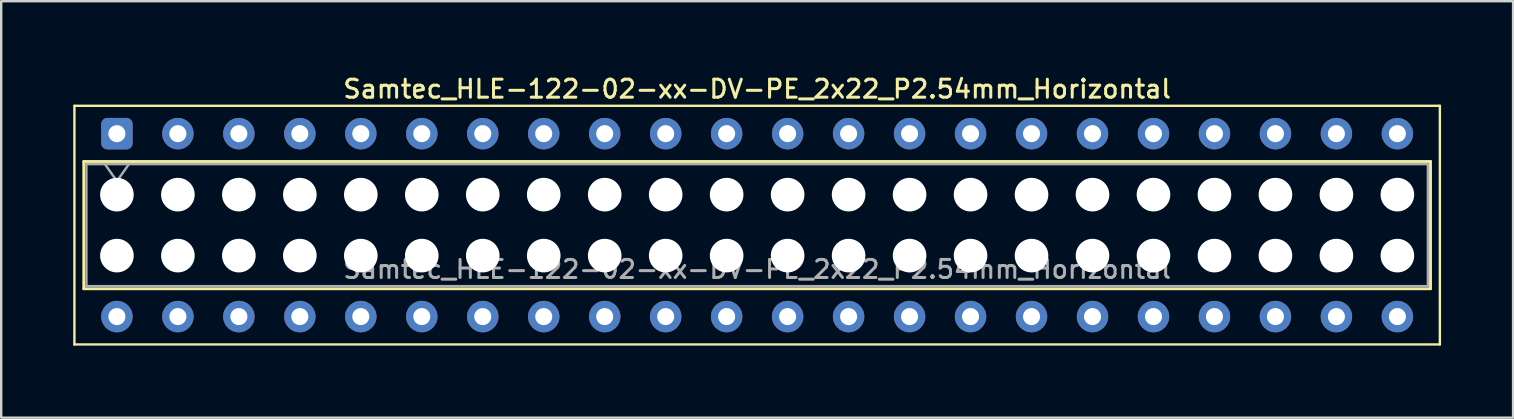
<source format=kicad_pcb>
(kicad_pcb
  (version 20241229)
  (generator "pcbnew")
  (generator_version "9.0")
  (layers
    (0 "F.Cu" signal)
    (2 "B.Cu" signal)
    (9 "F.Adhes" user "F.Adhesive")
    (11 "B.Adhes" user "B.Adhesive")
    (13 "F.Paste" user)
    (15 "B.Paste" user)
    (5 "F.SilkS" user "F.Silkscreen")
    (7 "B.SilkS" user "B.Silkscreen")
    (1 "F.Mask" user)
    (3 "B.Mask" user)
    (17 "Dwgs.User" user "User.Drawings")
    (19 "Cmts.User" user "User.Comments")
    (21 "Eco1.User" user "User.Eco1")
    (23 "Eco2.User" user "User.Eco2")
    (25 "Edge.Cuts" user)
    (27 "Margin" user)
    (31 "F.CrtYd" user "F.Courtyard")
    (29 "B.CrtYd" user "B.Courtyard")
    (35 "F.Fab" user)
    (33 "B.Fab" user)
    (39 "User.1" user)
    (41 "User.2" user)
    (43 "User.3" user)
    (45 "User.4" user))
  (footprint "Samtec_HLE-122-02-xx-DV-PE_2x22_P2.54mm_Horizontal"
    (layer "F.Cu")
    (at 1.82 2.518)
    (property "Reference" "Samtec_HLE-122-02-xx-DV-PE_2x22_P2.54mm_Horizontal" (at 26.67 -1.86 0) (layer "F.SilkS") (effects (font (size 0.75 0.75) (thickness 0.125))))
    (attr through_hole)
    (fp_line (start -1.77 -1.16) (end 55.11 -1.16) (stroke (width 0.1) (type solid)) (layer "F.SilkS"))
    (fp_line (start -1.77 8.78) (end -1.77 -1.16) (stroke (width 0.1) (type solid)) (layer "F.SilkS"))
    (fp_line (start -1.38 1.16) (end 54.72 1.16) (stroke (width 0.12) (type solid)) (layer "F.SilkS"))
    (fp_line (start -1.38 6.46) (end -1.38 1.16) (stroke (width 0.12) (type solid)) (layer "F.SilkS"))
    (fp_line (start 54.72 1.16) (end 54.72 6.46) (stroke (width 0.12) (type solid)) (layer "F.SilkS"))
    (fp_line (start 54.72 6.46) (end -1.38 6.46) (stroke (width 0.12) (type solid)) (layer "F.SilkS"))
    (fp_line (start 55.11 -1.16) (end 55.11 8.78) (stroke (width 0.1) (type solid)) (layer "F.SilkS"))
    (fp_line (start 55.11 8.78) (end -1.77 8.78) (stroke (width 0.1) (type solid)) (layer "F.SilkS"))
    (fp_line (start -1.27 1.27) (end 54.61 1.27) (stroke (width 0.1) (type solid)) (layer "F.Fab"))
    (fp_line (start -1.27 6.35) (end -1.27 1.27) (stroke (width 0.1) (type solid)) (layer "F.Fab"))
    (fp_line (start -0.5 1.27) (end 0 1.977) (stroke (width 0.1) (type solid)) (layer "F.Fab"))
    (fp_line (start 0 1.977) (end 0.5 1.27) (stroke (width 0.1) (type solid)) (layer "F.Fab"))
    (fp_line (start 54.61 1.27) (end 54.61 6.35) (stroke (width 0.1) (type solid)) (layer "F.Fab"))
    (fp_line (start 54.61 6.35) (end -1.27 6.35) (stroke (width 0.1) (type solid)) (layer "F.Fab"))
    (fp_text user "${REFERENCE}" (at 26.67 5.65 0) (layer "F.Fab") (effects (font (size 0.75 0.75) (thickness 0.125))))
    (pad "" np_thru_hole circle (at 0 2.54) (size 1.4 1.4) (drill 1.4) (layers "*.Cu" "*.Mask"))
    (pad "" np_thru_hole circle (at 0 5.08) (size 1.4 1.4) (drill 1.4) (layers "*.Cu" "*.Mask"))
    (pad "" np_thru_hole circle (at 2.54 2.54) (size 1.4 1.4) (drill 1.4) (layers "*.Cu" "*.Mask"))
    (pad "" np_thru_hole circle (at 2.54 5.08) (size 1.4 1.4) (drill 1.4) (layers "*.Cu" "*.Mask"))
    (pad "" np_thru_hole circle (at 5.08 2.54) (size 1.4 1.4) (drill 1.4) (layers "*.Cu" "*.Mask"))
    (pad "" np_thru_hole circle (at 5.08 5.08) (size 1.4 1.4) (drill 1.4) (layers "*.Cu" "*.Mask"))
    (pad "" np_thru_hole circle (at 7.62 2.54) (size 1.4 1.4) (drill 1.4) (layers "*.Cu" "*.Mask"))
    (pad "" np_thru_hole circle (at 7.62 5.08) (size 1.4 1.4) (drill 1.4) (layers "*.Cu" "*.Mask"))
    (pad "" np_thru_hole circle (at 10.16 2.54) (size 1.4 1.4) (drill 1.4) (layers "*.Cu" "*.Mask"))
    (pad "" np_thru_hole circle (at 10.16 5.08) (size 1.4 1.4) (drill 1.4) (layers "*.Cu" "*.Mask"))
    (pad "" np_thru_hole circle (at 12.7 2.54) (size 1.4 1.4) (drill 1.4) (layers "*.Cu" "*.Mask"))
    (pad "" np_thru_hole circle (at 12.7 5.08) (size 1.4 1.4) (drill 1.4) (layers "*.Cu" "*.Mask"))
    (pad "" np_thru_hole circle (at 15.24 2.54) (size 1.4 1.4) (drill 1.4) (layers "*.Cu" "*.Mask"))
    (pad "" np_thru_hole circle (at 15.24 5.08) (size 1.4 1.4) (drill 1.4) (layers "*.Cu" "*.Mask"))
    (pad "" np_thru_hole circle (at 17.78 2.54) (size 1.4 1.4) (drill 1.4) (layers "*.Cu" "*.Mask"))
    (pad "" np_thru_hole circle (at 17.78 5.08) (size 1.4 1.4) (drill 1.4) (layers "*.Cu" "*.Mask"))
    (pad "" np_thru_hole circle (at 20.32 2.54) (size 1.4 1.4) (drill 1.4) (layers "*.Cu" "*.Mask"))
    (pad "" np_thru_hole circle (at 20.32 5.08) (size 1.4 1.4) (drill 1.4) (layers "*.Cu" "*.Mask"))
    (pad "" np_thru_hole circle (at 22.86 2.54) (size 1.4 1.4) (drill 1.4) (layers "*.Cu" "*.Mask"))
    (pad "" np_thru_hole circle (at 22.86 5.08) (size 1.4 1.4) (drill 1.4) (layers "*.Cu" "*.Mask"))
    (pad "" np_thru_hole circle (at 25.4 2.54) (size 1.4 1.4) (drill 1.4) (layers "*.Cu" "*.Mask"))
    (pad "" np_thru_hole circle (at 25.4 5.08) (size 1.4 1.4) (drill 1.4) (layers "*.Cu" "*.Mask"))
    (pad "" np_thru_hole circle (at 27.94 2.54) (size 1.4 1.4) (drill 1.4) (layers "*.Cu" "*.Mask"))
    (pad "" np_thru_hole circle (at 27.94 5.08) (size 1.4 1.4) (drill 1.4) (layers "*.Cu" "*.Mask"))
    (pad "" np_thru_hole circle (at 30.48 2.54) (size 1.4 1.4) (drill 1.4) (layers "*.Cu" "*.Mask"))
    (pad "" np_thru_hole circle (at 30.48 5.08) (size 1.4 1.4) (drill 1.4) (layers "*.Cu" "*.Mask"))
    (pad "" np_thru_hole circle (at 33.02 2.54) (size 1.4 1.4) (drill 1.4) (layers "*.Cu" "*.Mask"))
    (pad "" np_thru_hole circle (at 33.02 5.08) (size 1.4 1.4) (drill 1.4) (layers "*.Cu" "*.Mask"))
    (pad "" np_thru_hole circle (at 35.56 2.54) (size 1.4 1.4) (drill 1.4) (layers "*.Cu" "*.Mask"))
    (pad "" np_thru_hole circle (at 35.56 5.08) (size 1.4 1.4) (drill 1.4) (layers "*.Cu" "*.Mask"))
    (pad "" np_thru_hole circle (at 38.1 2.54) (size 1.4 1.4) (drill 1.4) (layers "*.Cu" "*.Mask"))
    (pad "" np_thru_hole circle (at 38.1 5.08) (size 1.4 1.4) (drill 1.4) (layers "*.Cu" "*.Mask"))
    (pad "" np_thru_hole circle (at 40.64 2.54) (size 1.4 1.4) (drill 1.4) (layers "*.Cu" "*.Mask"))
    (pad "" np_thru_hole circle (at 40.64 5.08) (size 1.4 1.4) (drill 1.4) (layers "*.Cu" "*.Mask"))
    (pad "" np_thru_hole circle (at 43.18 2.54) (size 1.4 1.4) (drill 1.4) (layers "*.Cu" "*.Mask"))
    (pad "" np_thru_hole circle (at 43.18 5.08) (size 1.4 1.4) (drill 1.4) (layers "*.Cu" "*.Mask"))
    (pad "" np_thru_hole circle (at 45.72 2.54) (size 1.4 1.4) (drill 1.4) (layers "*.Cu" "*.Mask"))
    (pad "" np_thru_hole circle (at 45.72 5.08) (size 1.4 1.4) (drill 1.4) (layers "*.Cu" "*.Mask"))
    (pad "" np_thru_hole circle (at 48.26 2.54) (size 1.4 1.4) (drill 1.4) (layers "*.Cu" "*.Mask"))
    (pad "" np_thru_hole circle (at 48.26 5.08) (size 1.4 1.4) (drill 1.4) (layers "*.Cu" "*.Mask"))
    (pad "" np_thru_hole circle (at 50.8 2.54) (size 1.4 1.4) (drill 1.4) (layers "*.Cu" "*.Mask"))
    (pad "" np_thru_hole circle (at 50.8 5.08) (size 1.4 1.4) (drill 1.4) (layers "*.Cu" "*.Mask"))
    (pad "" np_thru_hole circle (at 53.34 2.54) (size 1.4 1.4) (drill 1.4) (layers "*.Cu" "*.Mask"))
    (pad "" np_thru_hole circle (at 53.34 5.08) (size 1.4 1.4) (drill 1.4) (layers "*.Cu" "*.Mask"))
    (pad "1" thru_hole roundrect (at 0 0) (size 1.31 1.31) (drill 0.71) (layers "*.Cu" "*.Mask") (roundrect_rratio 0.191))
    (pad "2" thru_hole circle (at 0 7.62) (size 1.31 1.31) (drill 0.71) (layers "*.Cu" "*.Mask"))
    (pad "3" thru_hole circle (at 2.54 0) (size 1.31 1.31) (drill 0.71) (layers "*.Cu" "*.Mask"))
    (pad "4" thru_hole circle (at 2.54 7.62) (size 1.31 1.31) (drill 0.71) (layers "*.Cu" "*.Mask"))
    (pad "5" thru_hole circle (at 5.08 0) (size 1.31 1.31) (drill 0.71) (layers "*.Cu" "*.Mask"))
    (pad "6" thru_hole circle (at 5.08 7.62) (size 1.31 1.31) (drill 0.71) (layers "*.Cu" "*.Mask"))
    (pad "7" thru_hole circle (at 7.62 0) (size 1.31 1.31) (drill 0.71) (layers "*.Cu" "*.Mask"))
    (pad "8" thru_hole circle (at 7.62 7.62) (size 1.31 1.31) (drill 0.71) (layers "*.Cu" "*.Mask"))
    (pad "9" thru_hole circle (at 10.16 0) (size 1.31 1.31) (drill 0.71) (layers "*.Cu" "*.Mask"))
    (pad "10" thru_hole circle (at 10.16 7.62) (size 1.31 1.31) (drill 0.71) (layers "*.Cu" "*.Mask"))
    (pad "11" thru_hole circle (at 12.7 0) (size 1.31 1.31) (drill 0.71) (layers "*.Cu" "*.Mask"))
    (pad "12" thru_hole circle (at 12.7 7.62) (size 1.31 1.31) (drill 0.71) (layers "*.Cu" "*.Mask"))
    (pad "13" thru_hole circle (at 15.24 0) (size 1.31 1.31) (drill 0.71) (layers "*.Cu" "*.Mask"))
    (pad "14" thru_hole circle (at 15.24 7.62) (size 1.31 1.31) (drill 0.71) (layers "*.Cu" "*.Mask"))
    (pad "15" thru_hole circle (at 17.78 0) (size 1.31 1.31) (drill 0.71) (layers "*.Cu" "*.Mask"))
    (pad "16" thru_hole circle (at 17.78 7.62) (size 1.31 1.31) (drill 0.71) (layers "*.Cu" "*.Mask"))
    (pad "17" thru_hole circle (at 20.32 0) (size 1.31 1.31) (drill 0.71) (layers "*.Cu" "*.Mask"))
    (pad "18" thru_hole circle (at 20.32 7.62) (size 1.31 1.31) (drill 0.71) (layers "*.Cu" "*.Mask"))
    (pad "19" thru_hole circle (at 22.86 0) (size 1.31 1.31) (drill 0.71) (layers "*.Cu" "*.Mask"))
    (pad "20" thru_hole circle (at 22.86 7.62) (size 1.31 1.31) (drill 0.71) (layers "*.Cu" "*.Mask"))
    (pad "21" thru_hole circle (at 25.4 0) (size 1.31 1.31) (drill 0.71) (layers "*.Cu" "*.Mask"))
    (pad "22" thru_hole circle (at 25.4 7.62) (size 1.31 1.31) (drill 0.71) (layers "*.Cu" "*.Mask"))
    (pad "23" thru_hole circle (at 27.94 0) (size 1.31 1.31) (drill 0.71) (layers "*.Cu" "*.Mask"))
    (pad "24" thru_hole circle (at 27.94 7.62) (size 1.31 1.31) (drill 0.71) (layers "*.Cu" "*.Mask"))
    (pad "25" thru_hole circle (at 30.48 0) (size 1.31 1.31) (drill 0.71) (layers "*.Cu" "*.Mask"))
    (pad "26" thru_hole circle (at 30.48 7.62) (size 1.31 1.31) (drill 0.71) (layers "*.Cu" "*.Mask"))
    (pad "27" thru_hole circle (at 33.02 0) (size 1.31 1.31) (drill 0.71) (layers "*.Cu" "*.Mask"))
    (pad "28" thru_hole circle (at 33.02 7.62) (size 1.31 1.31) (drill 0.71) (layers "*.Cu" "*.Mask"))
    (pad "29" thru_hole circle (at 35.56 0) (size 1.31 1.31) (drill 0.71) (layers "*.Cu" "*.Mask"))
    (pad "30" thru_hole circle (at 35.56 7.62) (size 1.31 1.31) (drill 0.71) (layers "*.Cu" "*.Mask"))
    (pad "31" thru_hole circle (at 38.1 0) (size 1.31 1.31) (drill 0.71) (layers "*.Cu" "*.Mask"))
    (pad "32" thru_hole circle (at 38.1 7.62) (size 1.31 1.31) (drill 0.71) (layers "*.Cu" "*.Mask"))
    (pad "33" thru_hole circle (at 40.64 0) (size 1.31 1.31) (drill 0.71) (layers "*.Cu" "*.Mask"))
    (pad "34" thru_hole circle (at 40.64 7.62) (size 1.31 1.31) (drill 0.71) (layers "*.Cu" "*.Mask"))
    (pad "35" thru_hole circle (at 43.18 0) (size 1.31 1.31) (drill 0.71) (layers "*.Cu" "*.Mask"))
    (pad "36" thru_hole circle (at 43.18 7.62) (size 1.31 1.31) (drill 0.71) (layers "*.Cu" "*.Mask"))
    (pad "37" thru_hole circle (at 45.72 0) (size 1.31 1.31) (drill 0.71) (layers "*.Cu" "*.Mask"))
    (pad "38" thru_hole circle (at 45.72 7.62) (size 1.31 1.31) (drill 0.71) (layers "*.Cu" "*.Mask"))
    (pad "39" thru_hole circle (at 48.26 0) (size 1.31 1.31) (drill 0.71) (layers "*.Cu" "*.Mask"))
    (pad "40" thru_hole circle (at 48.26 7.62) (size 1.31 1.31) (drill 0.71) (layers "*.Cu" "*.Mask"))
    (pad "41" thru_hole circle (at 50.8 0) (size 1.31 1.31) (drill 0.71) (layers "*.Cu" "*.Mask"))
    (pad "42" thru_hole circle (at 50.8 7.62) (size 1.31 1.31) (drill 0.71) (layers "*.Cu" "*.Mask"))
    (pad "43" thru_hole circle (at 53.34 0) (size 1.31 1.31) (drill 0.71) (layers "*.Cu" "*.Mask"))
    (pad "44" thru_hole circle (at 53.34 7.62) (size 1.31 1.31) (drill 0.71) (layers "*.Cu" "*.Mask")))
  (gr_rect
    (start -3 -3)
    (end 59.98 14.348)
    (stroke (width 0.1) (type default))
    (fill no)
    (layer "Edge.Cuts")))
</source>
